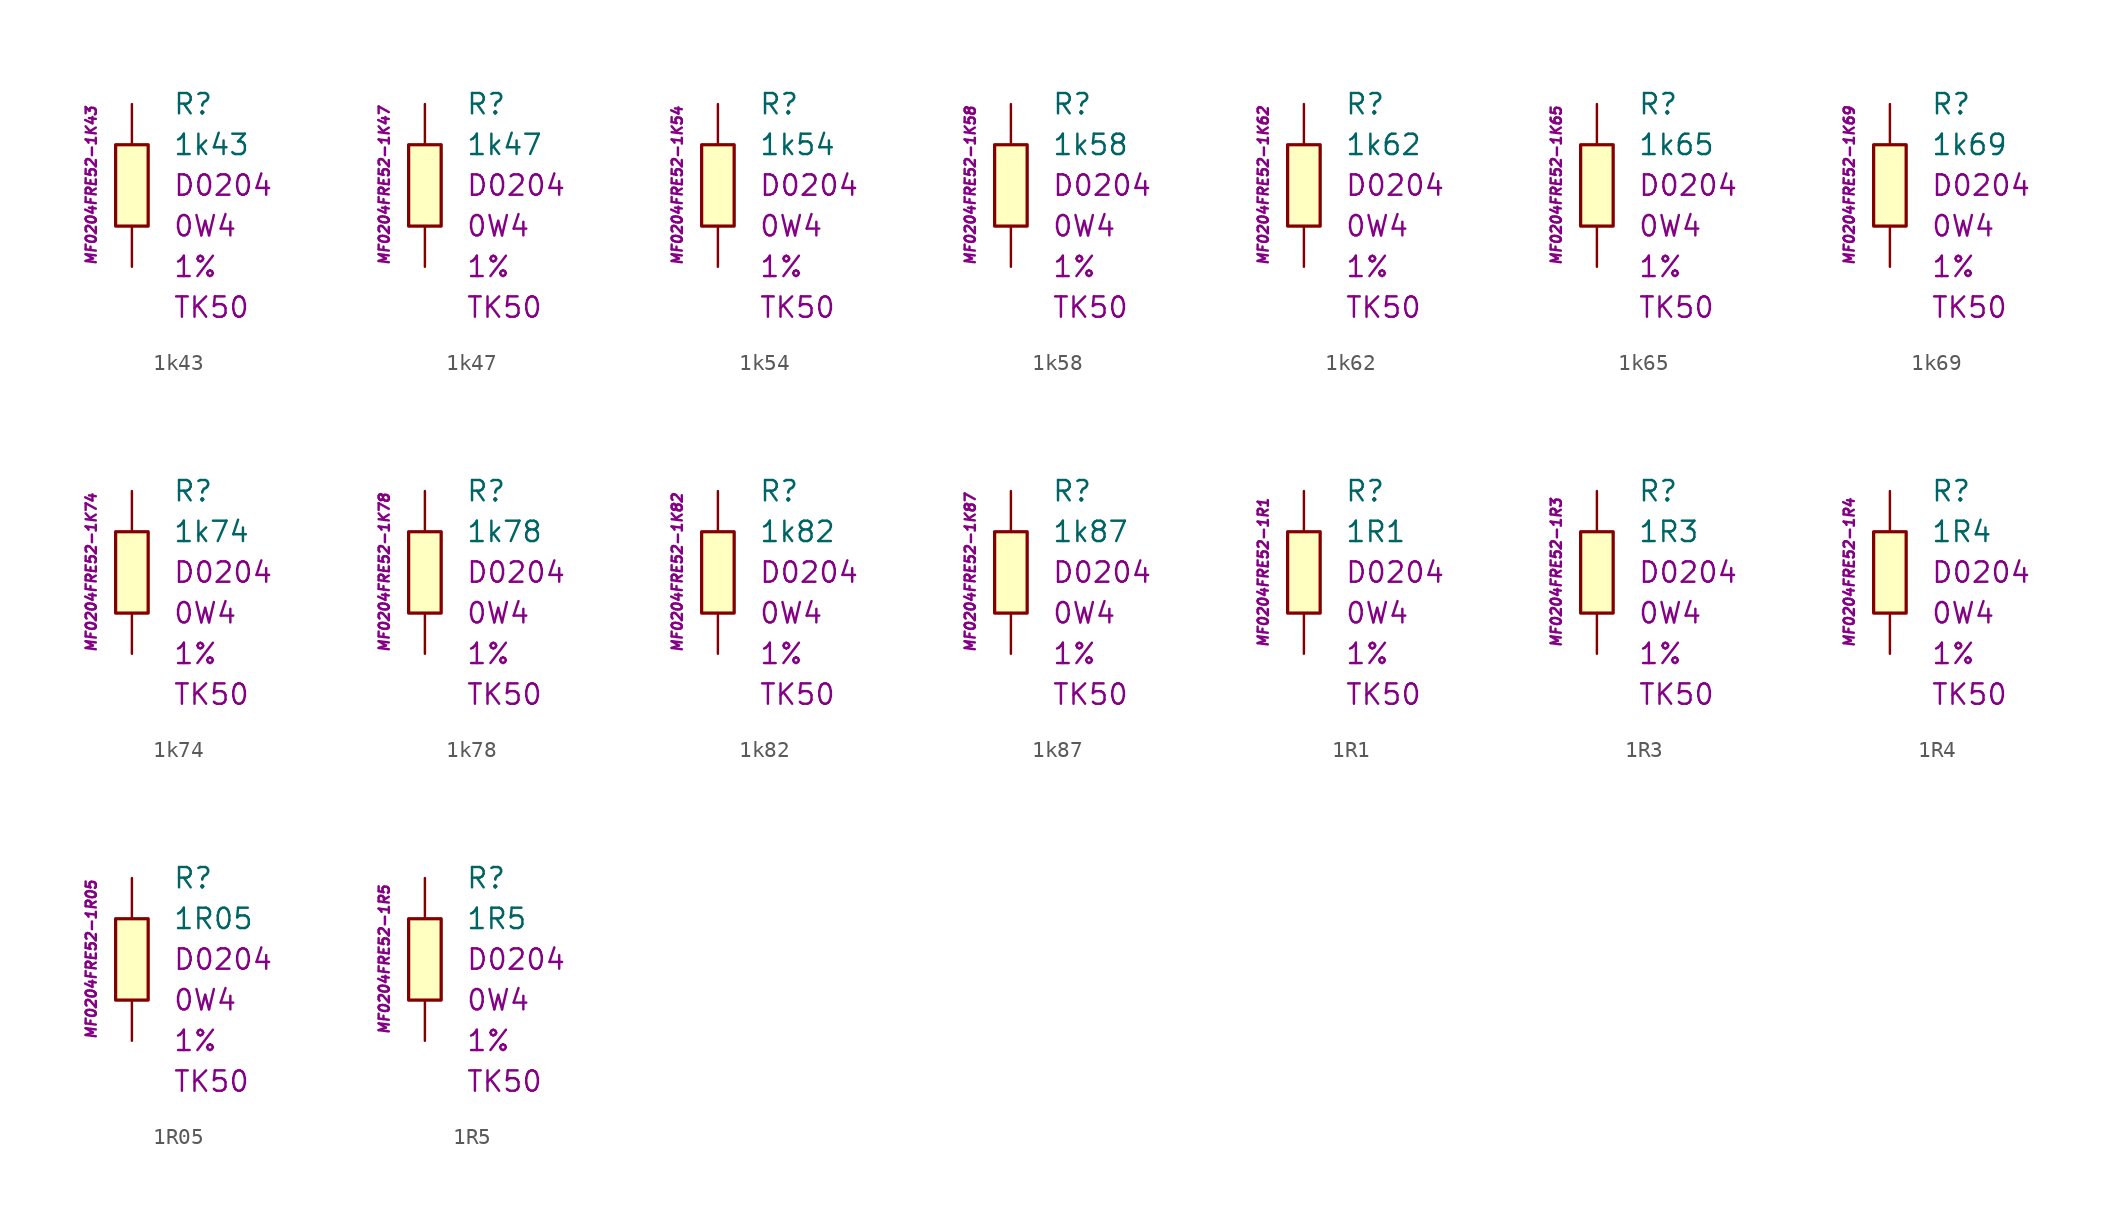
<source format=kicad_sym>
(kicad_symbol_lib
  (version 20201005)
  (generator kicad_symbol_editor)
  (symbol "1k43"
    (pin_numbers hide)
    (pin_names
      (offset 1.016) hide)
    (property "Reference" "R"
      (at 2.54 5.08 0)
      (effects (font (size 1.27 1.27)) (justify left)))
    (property "Value" "1k43"
      (at 2.54 2.54 0)
      (effects (font (size 1.27 1.27)) (justify left)))
    (property "Package" "D0204"
      (at 2.54 0 0)
      (effects (font (size 1.27 1.27)) (justify left)))
    (property "Power" "0W4"
      (at 2.54 -2.54 0)
      (effects (font (size 1.27 1.27)) (justify left)))
    (property "Tolerance" "1%"
      (at 2.54 -5.08 0)
      (effects (font (size 1.27 1.27)) (justify left)))
    (property "TK" "TK50"
      (at 2.54 -7.62 0)
      (effects (font (size 1.27 1.27)) (justify left)))
    (property "ID" "MF0204FRE52-1K43"
      (at -2.54 0 90)
      (effects (font (size 0.635 0.635) italic)))
    (symbol "1k43_0_1"
      (rectangle (start -1.016 2.54) (end 1.016 -2.54) (stroke (width 0.203)) (fill (type background))))
    (symbol "1k43_1_1"
      (pin passive line (at 0 5.08 270) (length 2.54) (name "~" (effects (font (size 1.778 1.778)))) (number "1" (effects (font (size 1.778 1.778)))))
      (pin passive line (at 0 -5.08 90) (length 2.54) (name "~" (effects (font (size 1.778 1.778)))) (number "2" (effects (font (size 1.778 1.778)))))))
  (symbol "1k47"
    (pin_numbers hide)
    (pin_names
      (offset 1.016) hide)
    (property "Reference" "R"
      (at 2.54 5.08 0)
      (effects (font (size 1.27 1.27)) (justify left)))
    (property "Value" "1k47"
      (at 2.54 2.54 0)
      (effects (font (size 1.27 1.27)) (justify left)))
    (property "Package" "D0204"
      (at 2.54 0 0)
      (effects (font (size 1.27 1.27)) (justify left)))
    (property "Power" "0W4"
      (at 2.54 -2.54 0)
      (effects (font (size 1.27 1.27)) (justify left)))
    (property "Tolerance" "1%"
      (at 2.54 -5.08 0)
      (effects (font (size 1.27 1.27)) (justify left)))
    (property "TK" "TK50"
      (at 2.54 -7.62 0)
      (effects (font (size 1.27 1.27)) (justify left)))
    (property "ID" "MF0204FRE52-1K47"
      (at -2.54 0 90)
      (effects (font (size 0.635 0.635) italic)))
    (symbol "1k47_0_1"
      (rectangle (start -1.016 2.54) (end 1.016 -2.54) (stroke (width 0.203)) (fill (type background))))
    (symbol "1k47_1_1"
      (pin passive line (at 0 5.08 270) (length 2.54) (name "~" (effects (font (size 1.778 1.778)))) (number "1" (effects (font (size 1.778 1.778)))))
      (pin passive line (at 0 -5.08 90) (length 2.54) (name "~" (effects (font (size 1.778 1.778)))) (number "2" (effects (font (size 1.778 1.778)))))))
  (symbol "1k54"
    (pin_numbers hide)
    (pin_names
      (offset 1.016) hide)
    (property "Reference" "R"
      (at 2.54 5.08 0)
      (effects (font (size 1.27 1.27)) (justify left)))
    (property "Value" "1k54"
      (at 2.54 2.54 0)
      (effects (font (size 1.27 1.27)) (justify left)))
    (property "Package" "D0204"
      (at 2.54 0 0)
      (effects (font (size 1.27 1.27)) (justify left)))
    (property "Power" "0W4"
      (at 2.54 -2.54 0)
      (effects (font (size 1.27 1.27)) (justify left)))
    (property "Tolerance" "1%"
      (at 2.54 -5.08 0)
      (effects (font (size 1.27 1.27)) (justify left)))
    (property "TK" "TK50"
      (at 2.54 -7.62 0)
      (effects (font (size 1.27 1.27)) (justify left)))
    (property "ID" "MF0204FRE52-1K54"
      (at -2.54 0 90)
      (effects (font (size 0.635 0.635) italic)))
    (symbol "1k54_0_1"
      (rectangle (start -1.016 2.54) (end 1.016 -2.54) (stroke (width 0.203)) (fill (type background))))
    (symbol "1k54_1_1"
      (pin passive line (at 0 5.08 270) (length 2.54) (name "~" (effects (font (size 1.778 1.778)))) (number "1" (effects (font (size 1.778 1.778)))))
      (pin passive line (at 0 -5.08 90) (length 2.54) (name "~" (effects (font (size 1.778 1.778)))) (number "2" (effects (font (size 1.778 1.778)))))))
  (symbol "1k58"
    (pin_numbers hide)
    (pin_names
      (offset 1.016) hide)
    (property "Reference" "R"
      (at 2.54 5.08 0)
      (effects (font (size 1.27 1.27)) (justify left)))
    (property "Value" "1k58"
      (at 2.54 2.54 0)
      (effects (font (size 1.27 1.27)) (justify left)))
    (property "Package" "D0204"
      (at 2.54 0 0)
      (effects (font (size 1.27 1.27)) (justify left)))
    (property "Power" "0W4"
      (at 2.54 -2.54 0)
      (effects (font (size 1.27 1.27)) (justify left)))
    (property "Tolerance" "1%"
      (at 2.54 -5.08 0)
      (effects (font (size 1.27 1.27)) (justify left)))
    (property "TK" "TK50"
      (at 2.54 -7.62 0)
      (effects (font (size 1.27 1.27)) (justify left)))
    (property "ID" "MF0204FRE52-1K58"
      (at -2.54 0 90)
      (effects (font (size 0.635 0.635) italic)))
    (symbol "1k58_0_1"
      (rectangle (start -1.016 2.54) (end 1.016 -2.54) (stroke (width 0.203)) (fill (type background))))
    (symbol "1k58_1_1"
      (pin passive line (at 0 5.08 270) (length 2.54) (name "~" (effects (font (size 1.778 1.778)))) (number "1" (effects (font (size 1.778 1.778)))))
      (pin passive line (at 0 -5.08 90) (length 2.54) (name "~" (effects (font (size 1.778 1.778)))) (number "2" (effects (font (size 1.778 1.778)))))))
  (symbol "1k62"
    (pin_numbers hide)
    (pin_names
      (offset 1.016) hide)
    (property "Reference" "R"
      (at 2.54 5.08 0)
      (effects (font (size 1.27 1.27)) (justify left)))
    (property "Value" "1k62"
      (at 2.54 2.54 0)
      (effects (font (size 1.27 1.27)) (justify left)))
    (property "Package" "D0204"
      (at 2.54 0 0)
      (effects (font (size 1.27 1.27)) (justify left)))
    (property "Power" "0W4"
      (at 2.54 -2.54 0)
      (effects (font (size 1.27 1.27)) (justify left)))
    (property "Tolerance" "1%"
      (at 2.54 -5.08 0)
      (effects (font (size 1.27 1.27)) (justify left)))
    (property "TK" "TK50"
      (at 2.54 -7.62 0)
      (effects (font (size 1.27 1.27)) (justify left)))
    (property "ID" "MF0204FRE52-1K62"
      (at -2.54 0 90)
      (effects (font (size 0.635 0.635) italic)))
    (symbol "1k62_0_1"
      (rectangle (start -1.016 2.54) (end 1.016 -2.54) (stroke (width 0.203)) (fill (type background))))
    (symbol "1k62_1_1"
      (pin passive line (at 0 5.08 270) (length 2.54) (name "~" (effects (font (size 1.778 1.778)))) (number "1" (effects (font (size 1.778 1.778)))))
      (pin passive line (at 0 -5.08 90) (length 2.54) (name "~" (effects (font (size 1.778 1.778)))) (number "2" (effects (font (size 1.778 1.778)))))))
  (symbol "1k65"
    (pin_numbers hide)
    (pin_names
      (offset 1.016) hide)
    (property "Reference" "R"
      (at 2.54 5.08 0)
      (effects (font (size 1.27 1.27)) (justify left)))
    (property "Value" "1k65"
      (at 2.54 2.54 0)
      (effects (font (size 1.27 1.27)) (justify left)))
    (property "Package" "D0204"
      (at 2.54 0 0)
      (effects (font (size 1.27 1.27)) (justify left)))
    (property "Power" "0W4"
      (at 2.54 -2.54 0)
      (effects (font (size 1.27 1.27)) (justify left)))
    (property "Tolerance" "1%"
      (at 2.54 -5.08 0)
      (effects (font (size 1.27 1.27)) (justify left)))
    (property "TK" "TK50"
      (at 2.54 -7.62 0)
      (effects (font (size 1.27 1.27)) (justify left)))
    (property "ID" "MF0204FRE52-1K65"
      (at -2.54 0 90)
      (effects (font (size 0.635 0.635) italic)))
    (symbol "1k65_0_1"
      (rectangle (start -1.016 2.54) (end 1.016 -2.54) (stroke (width 0.203)) (fill (type background))))
    (symbol "1k65_1_1"
      (pin passive line (at 0 5.08 270) (length 2.54) (name "~" (effects (font (size 1.778 1.778)))) (number "1" (effects (font (size 1.778 1.778)))))
      (pin passive line (at 0 -5.08 90) (length 2.54) (name "~" (effects (font (size 1.778 1.778)))) (number "2" (effects (font (size 1.778 1.778)))))))
  (symbol "1k69"
    (pin_numbers hide)
    (pin_names
      (offset 1.016) hide)
    (property "Reference" "R"
      (at 2.54 5.08 0)
      (effects (font (size 1.27 1.27)) (justify left)))
    (property "Value" "1k69"
      (at 2.54 2.54 0)
      (effects (font (size 1.27 1.27)) (justify left)))
    (property "Package" "D0204"
      (at 2.54 0 0)
      (effects (font (size 1.27 1.27)) (justify left)))
    (property "Power" "0W4"
      (at 2.54 -2.54 0)
      (effects (font (size 1.27 1.27)) (justify left)))
    (property "Tolerance" "1%"
      (at 2.54 -5.08 0)
      (effects (font (size 1.27 1.27)) (justify left)))
    (property "TK" "TK50"
      (at 2.54 -7.62 0)
      (effects (font (size 1.27 1.27)) (justify left)))
    (property "ID" "MF0204FRE52-1K69"
      (at -2.54 0 90)
      (effects (font (size 0.635 0.635) italic)))
    (symbol "1k69_0_1"
      (rectangle (start -1.016 2.54) (end 1.016 -2.54) (stroke (width 0.203)) (fill (type background))))
    (symbol "1k69_1_1"
      (pin passive line (at 0 5.08 270) (length 2.54) (name "~" (effects (font (size 1.778 1.778)))) (number "1" (effects (font (size 1.778 1.778)))))
      (pin passive line (at 0 -5.08 90) (length 2.54) (name "~" (effects (font (size 1.778 1.778)))) (number "2" (effects (font (size 1.778 1.778)))))))
  (symbol "1k74"
    (pin_numbers hide)
    (pin_names
      (offset 1.016) hide)
    (property "Reference" "R"
      (at 2.54 5.08 0)
      (effects (font (size 1.27 1.27)) (justify left)))
    (property "Value" "1k74"
      (at 2.54 2.54 0)
      (effects (font (size 1.27 1.27)) (justify left)))
    (property "Package" "D0204"
      (at 2.54 0 0)
      (effects (font (size 1.27 1.27)) (justify left)))
    (property "Power" "0W4"
      (at 2.54 -2.54 0)
      (effects (font (size 1.27 1.27)) (justify left)))
    (property "Tolerance" "1%"
      (at 2.54 -5.08 0)
      (effects (font (size 1.27 1.27)) (justify left)))
    (property "TK" "TK50"
      (at 2.54 -7.62 0)
      (effects (font (size 1.27 1.27)) (justify left)))
    (property "ID" "MF0204FRE52-1K74"
      (at -2.54 0 90)
      (effects (font (size 0.635 0.635) italic)))
    (symbol "1k74_0_1"
      (rectangle (start -1.016 2.54) (end 1.016 -2.54) (stroke (width 0.203)) (fill (type background))))
    (symbol "1k74_1_1"
      (pin passive line (at 0 5.08 270) (length 2.54) (name "~" (effects (font (size 1.778 1.778)))) (number "1" (effects (font (size 1.778 1.778)))))
      (pin passive line (at 0 -5.08 90) (length 2.54) (name "~" (effects (font (size 1.778 1.778)))) (number "2" (effects (font (size 1.778 1.778)))))))
  (symbol "1k78"
    (pin_numbers hide)
    (pin_names
      (offset 1.016) hide)
    (property "Reference" "R"
      (at 2.54 5.08 0)
      (effects (font (size 1.27 1.27)) (justify left)))
    (property "Value" "1k78"
      (at 2.54 2.54 0)
      (effects (font (size 1.27 1.27)) (justify left)))
    (property "Package" "D0204"
      (at 2.54 0 0)
      (effects (font (size 1.27 1.27)) (justify left)))
    (property "Power" "0W4"
      (at 2.54 -2.54 0)
      (effects (font (size 1.27 1.27)) (justify left)))
    (property "Tolerance" "1%"
      (at 2.54 -5.08 0)
      (effects (font (size 1.27 1.27)) (justify left)))
    (property "TK" "TK50"
      (at 2.54 -7.62 0)
      (effects (font (size 1.27 1.27)) (justify left)))
    (property "ID" "MF0204FRE52-1K78"
      (at -2.54 0 90)
      (effects (font (size 0.635 0.635) italic)))
    (symbol "1k78_0_1"
      (rectangle (start -1.016 2.54) (end 1.016 -2.54) (stroke (width 0.203)) (fill (type background))))
    (symbol "1k78_1_1"
      (pin passive line (at 0 5.08 270) (length 2.54) (name "~" (effects (font (size 1.778 1.778)))) (number "1" (effects (font (size 1.778 1.778)))))
      (pin passive line (at 0 -5.08 90) (length 2.54) (name "~" (effects (font (size 1.778 1.778)))) (number "2" (effects (font (size 1.778 1.778)))))))
  (symbol "1k82"
    (pin_numbers hide)
    (pin_names
      (offset 1.016) hide)
    (property "Reference" "R"
      (at 2.54 5.08 0)
      (effects (font (size 1.27 1.27)) (justify left)))
    (property "Value" "1k82"
      (at 2.54 2.54 0)
      (effects (font (size 1.27 1.27)) (justify left)))
    (property "Package" "D0204"
      (at 2.54 0 0)
      (effects (font (size 1.27 1.27)) (justify left)))
    (property "Power" "0W4"
      (at 2.54 -2.54 0)
      (effects (font (size 1.27 1.27)) (justify left)))
    (property "Tolerance" "1%"
      (at 2.54 -5.08 0)
      (effects (font (size 1.27 1.27)) (justify left)))
    (property "TK" "TK50"
      (at 2.54 -7.62 0)
      (effects (font (size 1.27 1.27)) (justify left)))
    (property "ID" "MF0204FRE52-1K82"
      (at -2.54 0 90)
      (effects (font (size 0.635 0.635) italic)))
    (symbol "1k82_0_1"
      (rectangle (start -1.016 2.54) (end 1.016 -2.54) (stroke (width 0.203)) (fill (type background))))
    (symbol "1k82_1_1"
      (pin passive line (at 0 5.08 270) (length 2.54) (name "~" (effects (font (size 1.778 1.778)))) (number "1" (effects (font (size 1.778 1.778)))))
      (pin passive line (at 0 -5.08 90) (length 2.54) (name "~" (effects (font (size 1.778 1.778)))) (number "2" (effects (font (size 1.778 1.778)))))))
  (symbol "1k87"
    (pin_numbers hide)
    (pin_names
      (offset 1.016) hide)
    (property "Reference" "R"
      (at 2.54 5.08 0)
      (effects (font (size 1.27 1.27)) (justify left)))
    (property "Value" "1k87"
      (at 2.54 2.54 0)
      (effects (font (size 1.27 1.27)) (justify left)))
    (property "Package" "D0204"
      (at 2.54 0 0)
      (effects (font (size 1.27 1.27)) (justify left)))
    (property "Power" "0W4"
      (at 2.54 -2.54 0)
      (effects (font (size 1.27 1.27)) (justify left)))
    (property "Tolerance" "1%"
      (at 2.54 -5.08 0)
      (effects (font (size 1.27 1.27)) (justify left)))
    (property "TK" "TK50"
      (at 2.54 -7.62 0)
      (effects (font (size 1.27 1.27)) (justify left)))
    (property "ID" "MF0204FRE52-1K87"
      (at -2.54 0 90)
      (effects (font (size 0.635 0.635) italic)))
    (symbol "1k87_0_1"
      (rectangle (start -1.016 2.54) (end 1.016 -2.54) (stroke (width 0.203)) (fill (type background))))
    (symbol "1k87_1_1"
      (pin passive line (at 0 5.08 270) (length 2.54) (name "~" (effects (font (size 1.778 1.778)))) (number "1" (effects (font (size 1.778 1.778)))))
      (pin passive line (at 0 -5.08 90) (length 2.54) (name "~" (effects (font (size 1.778 1.778)))) (number "2" (effects (font (size 1.778 1.778)))))))
  (symbol "1R1"
    (pin_numbers hide)
    (pin_names
      (offset 1.016) hide)
    (property "Reference" "R"
      (at 2.54 5.08 0)
      (effects (font (size 1.27 1.27)) (justify left)))
    (property "Value" "1R1"
      (at 2.54 2.54 0)
      (effects (font (size 1.27 1.27)) (justify left)))
    (property "Package" "D0204"
      (at 2.54 0 0)
      (effects (font (size 1.27 1.27)) (justify left)))
    (property "Power" "0W4"
      (at 2.54 -2.54 0)
      (effects (font (size 1.27 1.27)) (justify left)))
    (property "Tolerance" "1%"
      (at 2.54 -5.08 0)
      (effects (font (size 1.27 1.27)) (justify left)))
    (property "TK" "TK50"
      (at 2.54 -7.62 0)
      (effects (font (size 1.27 1.27)) (justify left)))
    (property "ID" "MF0204FRE52-1R1"
      (at -2.54 0 90)
      (effects (font (size 0.635 0.635) italic)))
    (symbol "1R1_0_1"
      (rectangle (start -1.016 2.54) (end 1.016 -2.54) (stroke (width 0.203)) (fill (type background))))
    (symbol "1R1_1_1"
      (pin passive line (at 0 5.08 270) (length 2.54) (name "~" (effects (font (size 1.778 1.778)))) (number "1" (effects (font (size 1.778 1.778)))))
      (pin passive line (at 0 -5.08 90) (length 2.54) (name "~" (effects (font (size 1.778 1.778)))) (number "2" (effects (font (size 1.778 1.778)))))))
  (symbol "1R3"
    (pin_numbers hide)
    (pin_names
      (offset 1.016) hide)
    (property "Reference" "R"
      (at 2.54 5.08 0)
      (effects (font (size 1.27 1.27)) (justify left)))
    (property "Value" "1R3"
      (at 2.54 2.54 0)
      (effects (font (size 1.27 1.27)) (justify left)))
    (property "Package" "D0204"
      (at 2.54 0 0)
      (effects (font (size 1.27 1.27)) (justify left)))
    (property "Power" "0W4"
      (at 2.54 -2.54 0)
      (effects (font (size 1.27 1.27)) (justify left)))
    (property "Tolerance" "1%"
      (at 2.54 -5.08 0)
      (effects (font (size 1.27 1.27)) (justify left)))
    (property "TK" "TK50"
      (at 2.54 -7.62 0)
      (effects (font (size 1.27 1.27)) (justify left)))
    (property "ID" "MF0204FRE52-1R3"
      (at -2.54 0 90)
      (effects (font (size 0.635 0.635) italic)))
    (symbol "1R3_0_1"
      (rectangle (start -1.016 2.54) (end 1.016 -2.54) (stroke (width 0.203)) (fill (type background))))
    (symbol "1R3_1_1"
      (pin passive line (at 0 5.08 270) (length 2.54) (name "~" (effects (font (size 1.778 1.778)))) (number "1" (effects (font (size 1.778 1.778)))))
      (pin passive line (at 0 -5.08 90) (length 2.54) (name "~" (effects (font (size 1.778 1.778)))) (number "2" (effects (font (size 1.778 1.778)))))))
  (symbol "1R4"
    (pin_numbers hide)
    (pin_names
      (offset 1.016) hide)
    (property "Reference" "R"
      (at 2.54 5.08 0)
      (effects (font (size 1.27 1.27)) (justify left)))
    (property "Value" "1R4"
      (at 2.54 2.54 0)
      (effects (font (size 1.27 1.27)) (justify left)))
    (property "Package" "D0204"
      (at 2.54 0 0)
      (effects (font (size 1.27 1.27)) (justify left)))
    (property "Power" "0W4"
      (at 2.54 -2.54 0)
      (effects (font (size 1.27 1.27)) (justify left)))
    (property "Tolerance" "1%"
      (at 2.54 -5.08 0)
      (effects (font (size 1.27 1.27)) (justify left)))
    (property "TK" "TK50"
      (at 2.54 -7.62 0)
      (effects (font (size 1.27 1.27)) (justify left)))
    (property "ID" "MF0204FRE52-1R4"
      (at -2.54 0 90)
      (effects (font (size 0.635 0.635) italic)))
    (symbol "1R4_0_1"
      (rectangle (start -1.016 2.54) (end 1.016 -2.54) (stroke (width 0.203)) (fill (type background))))
    (symbol "1R4_1_1"
      (pin passive line (at 0 5.08 270) (length 2.54) (name "~" (effects (font (size 1.778 1.778)))) (number "1" (effects (font (size 1.778 1.778)))))
      (pin passive line (at 0 -5.08 90) (length 2.54) (name "~" (effects (font (size 1.778 1.778)))) (number "2" (effects (font (size 1.778 1.778)))))))
  (symbol "1R05"
    (pin_numbers hide)
    (pin_names
      (offset 1.016) hide)
    (property "Reference" "R"
      (at 2.54 5.08 0)
      (effects (font (size 1.27 1.27)) (justify left)))
    (property "Value" "1R05"
      (at 2.54 2.54 0)
      (effects (font (size 1.27 1.27)) (justify left)))
    (property "Package" "D0204"
      (at 2.54 0 0)
      (effects (font (size 1.27 1.27)) (justify left)))
    (property "Power" "0W4"
      (at 2.54 -2.54 0)
      (effects (font (size 1.27 1.27)) (justify left)))
    (property "Tolerance" "1%"
      (at 2.54 -5.08 0)
      (effects (font (size 1.27 1.27)) (justify left)))
    (property "TK" "TK50"
      (at 2.54 -7.62 0)
      (effects (font (size 1.27 1.27)) (justify left)))
    (property "ID" "MF0204FRE52-1R05"
      (at -2.54 0 90)
      (effects (font (size 0.635 0.635) italic)))
    (symbol "1R05_0_1"
      (rectangle (start -1.016 2.54) (end 1.016 -2.54) (stroke (width 0.203)) (fill (type background))))
    (symbol "1R05_1_1"
      (pin passive line (at 0 5.08 270) (length 2.54) (name "~" (effects (font (size 1.778 1.778)))) (number "1" (effects (font (size 1.778 1.778)))))
      (pin passive line (at 0 -5.08 90) (length 2.54) (name "~" (effects (font (size 1.778 1.778)))) (number "2" (effects (font (size 1.778 1.778)))))))
  (symbol "1R5"
    (pin_numbers hide)
    (pin_names
      (offset 1.016) hide)
    (property "Reference" "R"
      (at 2.54 5.08 0)
      (effects (font (size 1.27 1.27)) (justify left)))
    (property "Value" "1R5"
      (at 2.54 2.54 0)
      (effects (font (size 1.27 1.27)) (justify left)))
    (property "Package" "D0204"
      (at 2.54 0 0)
      (effects (font (size 1.27 1.27)) (justify left)))
    (property "Power" "0W4"
      (at 2.54 -2.54 0)
      (effects (font (size 1.27 1.27)) (justify left)))
    (property "Tolerance" "1%"
      (at 2.54 -5.08 0)
      (effects (font (size 1.27 1.27)) (justify left)))
    (property "TK" "TK50"
      (at 2.54 -7.62 0)
      (effects (font (size 1.27 1.27)) (justify left)))
    (property "ID" "MF0204FRE52-1R5"
      (at -2.54 0 90)
      (effects (font (size 0.635 0.635) italic)))
    (symbol "1R5_0_1"
      (rectangle (start -1.016 2.54) (end 1.016 -2.54) (stroke (width 0.203)) (fill (type background))))
    (symbol "1R5_1_1"
      (pin passive line (at 0 5.08 270) (length 2.54) (name "~" (effects (font (size 1.778 1.778)))) (number "1" (effects (font (size 1.778 1.778)))))
      (pin passive line (at 0 -5.08 90) (length 2.54) (name "~" (effects (font (size 1.778 1.778)))) (number "2" (effects (font (size 1.778 1.778))))))))
</source>
